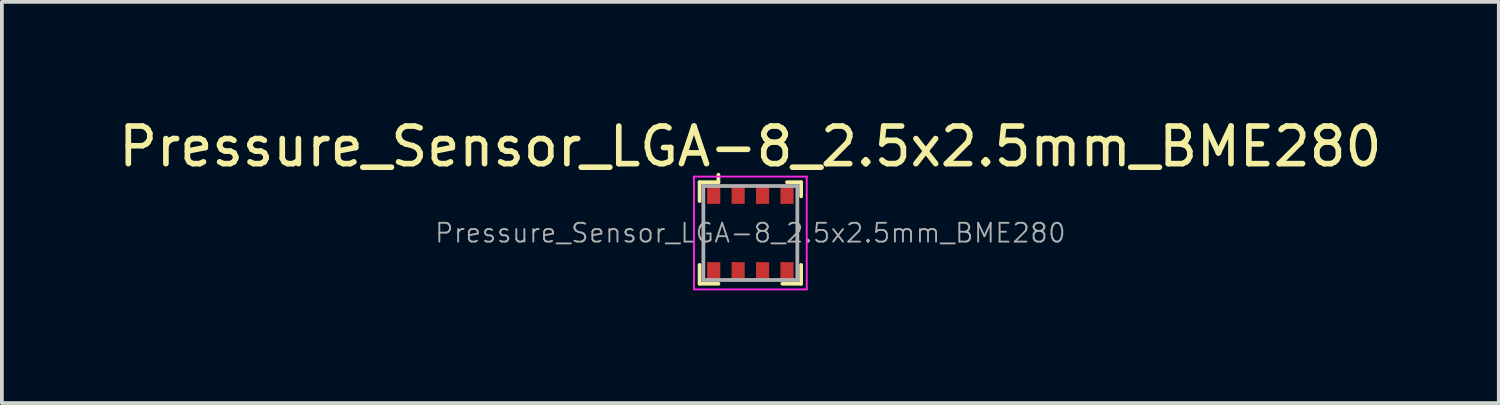
<source format=kicad_pcb>
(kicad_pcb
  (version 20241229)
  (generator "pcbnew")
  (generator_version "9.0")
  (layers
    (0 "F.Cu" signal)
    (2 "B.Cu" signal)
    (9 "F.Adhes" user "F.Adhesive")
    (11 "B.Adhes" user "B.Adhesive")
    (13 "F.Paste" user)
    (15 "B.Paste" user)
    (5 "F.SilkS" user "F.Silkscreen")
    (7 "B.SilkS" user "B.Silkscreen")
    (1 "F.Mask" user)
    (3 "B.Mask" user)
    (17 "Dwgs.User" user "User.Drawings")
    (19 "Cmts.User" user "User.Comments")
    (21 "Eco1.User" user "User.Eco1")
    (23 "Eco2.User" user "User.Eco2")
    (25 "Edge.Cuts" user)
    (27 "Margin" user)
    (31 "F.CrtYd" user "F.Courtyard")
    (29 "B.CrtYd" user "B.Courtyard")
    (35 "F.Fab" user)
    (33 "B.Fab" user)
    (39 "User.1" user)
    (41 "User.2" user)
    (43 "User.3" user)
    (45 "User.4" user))
  (footprint "Pressure_Sensor_LGA-8_2.5x2.5mm_BME280"
    (layer "F.Cu")
    (at 16.911 3.148)
    (property "Reference" "Pressure_Sensor_LGA-8_2.5x2.5mm_BME280" (at 0 -2.3 0) (layer "F.SilkS") (effects (font (size 1 1) (thickness 0.15))))
    (attr smd)
    (fp_line (start -1.35 -1.35) (end -1.35 -0.85) (stroke (width 0.1) (type solid)) (layer "F.SilkS"))
    (fp_line (start -1.35 -1.35) (end -0.85 -1.35) (stroke (width 0.1) (type solid)) (layer "F.SilkS"))
    (fp_line (start -1.35 1.35) (end -1.35 0.85) (stroke (width 0.1) (type solid)) (layer "F.SilkS"))
    (fp_line (start -1.35 1.35) (end -0.85 1.35) (stroke (width 0.1) (type solid)) (layer "F.SilkS"))
    (fp_line (start -0.85 -1.35) (end -0.85 -1.55) (stroke (width 0.1) (type solid)) (layer "F.SilkS"))
    (fp_line (start 1.35 -1.35) (end 0.975 -1.35) (stroke (width 0.1) (type solid)) (layer "F.SilkS"))
    (fp_line (start 1.35 -1.35) (end 1.35 -0.975) (stroke (width 0.1) (type solid)) (layer "F.SilkS"))
    (fp_line (start 1.35 1.35) (end 0.85 1.35) (stroke (width 0.1) (type solid)) (layer "F.SilkS"))
    (fp_line (start 1.35 1.35) (end 1.35 0.85) (stroke (width 0.1) (type solid)) (layer "F.SilkS"))
    (fp_line (start -1.5 -1.5) (end -1.5 1.5) (stroke (width 0.05) (type solid)) (layer "F.CrtYd"))
    (fp_line (start 1.5 -1.5) (end -1.5 -1.5) (stroke (width 0.05) (type solid)) (layer "F.CrtYd"))
    (fp_line (start 1.5 -1.5) (end 1.5 1.5) (stroke (width 0.05) (type solid)) (layer "F.CrtYd"))
    (fp_line (start 1.5 1.5) (end -1.5 1.5) (stroke (width 0.05) (type solid)) (layer "F.CrtYd"))
    (fp_line (start -1.25 -1.25) (end 1.25 -1.25) (stroke (width 0.1) (type solid)) (layer "F.Fab"))
    (fp_line (start -1.25 1.25) (end -1.25 -1.25) (stroke (width 0.1) (type solid)) (layer "F.Fab"))
    (fp_line (start 1.25 -1.25) (end 1.25 1.25) (stroke (width 0.1) (type solid)) (layer "F.Fab"))
    (fp_line (start 1.25 1.25) (end -1.25 1.25) (stroke (width 0.1) (type solid)) (layer "F.Fab"))
    (fp_text user "${REFERENCE}" (at 0 0 0) (layer "F.Fab") (effects (font (size 0.5 0.5) (thickness 0.05))))
    (pad "1" smd rect (at -0.975 -1.025) (size 0.35 0.5) (layers "F.Cu" "F.Mask" "F.Paste"))
    (pad "2" smd rect (at -0.325 -1.025) (size 0.35 0.5) (layers "F.Cu" "F.Mask" "F.Paste"))
    (pad "3" smd rect (at 0.325 -1.025) (size 0.35 0.5) (layers "F.Cu" "F.Mask" "F.Paste"))
    (pad "4" smd rect (at 0.975 -1.025) (size 0.35 0.5) (layers "F.Cu" "F.Mask" "F.Paste"))
    (pad "5" smd rect (at 0.975 1.025) (size 0.35 0.5) (layers "F.Cu" "F.Mask" "F.Paste"))
    (pad "6" smd rect (at 0.325 1.025) (size 0.35 0.5) (layers "F.Cu" "F.Mask" "F.Paste"))
    (pad "7" smd rect (at -0.325 1.025) (size 0.35 0.5) (layers "F.Cu" "F.Mask" "F.Paste"))
    (pad "8" smd rect (at -0.975 1.025) (size 0.35 0.5) (layers "F.Cu" "F.Mask" "F.Paste")))
  (gr_rect
    (start -3 -3)
    (end 36.821 7.673)
    (stroke (width 0.1) (type default))
    (fill no)
    (layer "Edge.Cuts")))
</source>
